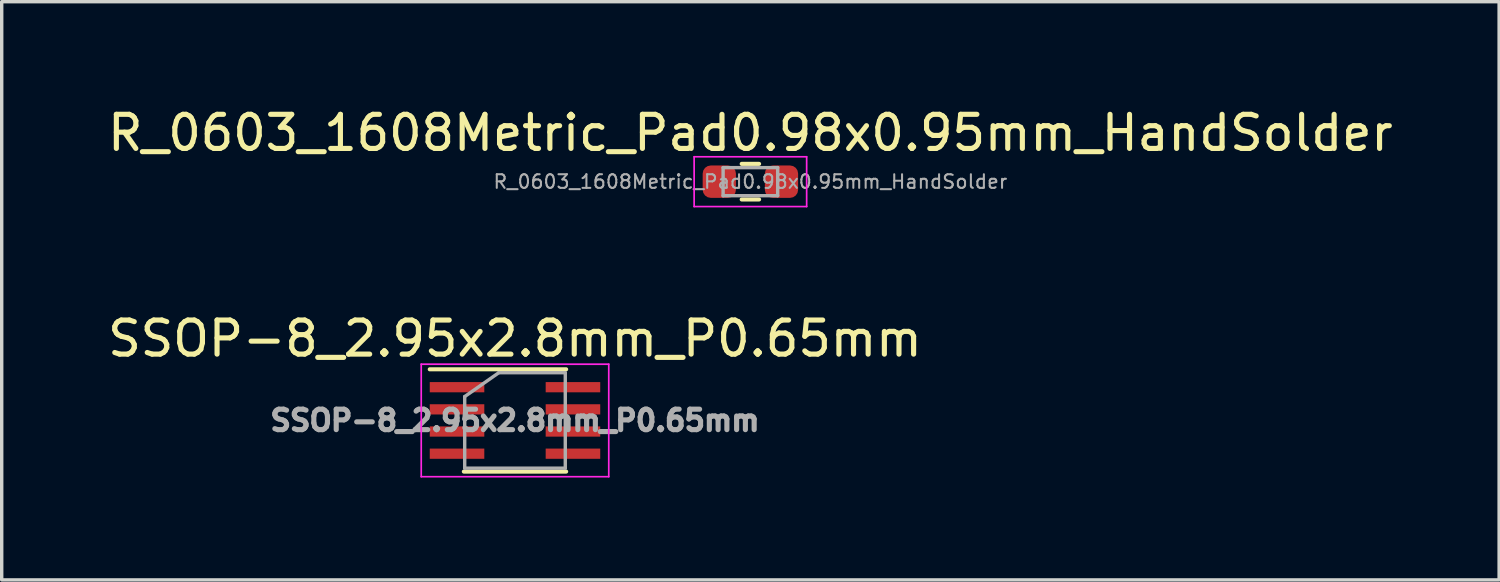
<source format=kicad_pcb>
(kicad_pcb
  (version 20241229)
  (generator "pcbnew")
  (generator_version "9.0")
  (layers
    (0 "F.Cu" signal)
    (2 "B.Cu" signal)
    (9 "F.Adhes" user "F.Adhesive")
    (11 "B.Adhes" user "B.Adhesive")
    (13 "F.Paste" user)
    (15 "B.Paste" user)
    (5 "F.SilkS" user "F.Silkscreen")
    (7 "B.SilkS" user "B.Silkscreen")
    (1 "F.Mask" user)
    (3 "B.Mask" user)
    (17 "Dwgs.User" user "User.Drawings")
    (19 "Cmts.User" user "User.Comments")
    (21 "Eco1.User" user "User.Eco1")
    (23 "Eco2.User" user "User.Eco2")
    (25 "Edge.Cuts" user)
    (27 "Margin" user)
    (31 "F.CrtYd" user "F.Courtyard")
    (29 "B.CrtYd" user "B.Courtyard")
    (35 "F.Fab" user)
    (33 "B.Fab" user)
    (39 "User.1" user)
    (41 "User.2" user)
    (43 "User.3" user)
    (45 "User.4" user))
  (footprint "R_0603_1608Metric_Pad0.98x0.95mm_HandSolder"
    (layer "F.Cu")
    (at 18.958 2.278)
    (property "Reference" "R_0603_1608Metric_Pad0.98x0.95mm_HandSolder" (at 0 -1.43 180) (layer "F.SilkS") (effects (font (size 1 1) (thickness 0.15))))
    (attr smd)
    (fp_line (start -0.255 -0.522) (end 0.255 -0.522) (stroke (width 0.12) (type solid)) (layer "F.SilkS"))
    (fp_line (start -0.255 0.522) (end 0.255 0.522) (stroke (width 0.12) (type solid)) (layer "F.SilkS"))
    (fp_line (start -1.65 -0.73) (end 1.65 -0.73) (stroke (width 0.05) (type solid)) (layer "F.CrtYd"))
    (fp_line (start -1.65 0.73) (end -1.65 -0.73) (stroke (width 0.05) (type solid)) (layer "F.CrtYd"))
    (fp_line (start 1.65 -0.73) (end 1.65 0.73) (stroke (width 0.05) (type solid)) (layer "F.CrtYd"))
    (fp_line (start 1.65 0.73) (end -1.65 0.73) (stroke (width 0.05) (type solid)) (layer "F.CrtYd"))
    (fp_line (start -0.8 -0.412) (end 0.8 -0.412) (stroke (width 0.1) (type solid)) (layer "F.Fab"))
    (fp_line (start -0.8 0.412) (end -0.8 -0.412) (stroke (width 0.1) (type solid)) (layer "F.Fab"))
    (fp_line (start 0.8 -0.412) (end 0.8 0.412) (stroke (width 0.1) (type solid)) (layer "F.Fab"))
    (fp_line (start 0.8 0.412) (end -0.8 0.412) (stroke (width 0.1) (type solid)) (layer "F.Fab"))
    (fp_text user "${REFERENCE}" (at 0 0 180) (layer "F.Fab") (effects (font (size 0.4 0.4) (thickness 0.06))))
    (pad "1" smd roundrect (at -0.912 0) (size 0.975 0.95) (layers "F.Cu" "F.Mask" "F.Paste") (roundrect_rratio 0.25))
    (pad "2" smd roundrect (at 0.912 0) (size 0.975 0.95) (layers "F.Cu" "F.Mask" "F.Paste") (roundrect_rratio 0.25)))
  (footprint "SSOP-8_2.95x2.8mm_P0.65mm"
    (layer "F.Cu")
    (at 12.054 9.281)
    (property "Reference" "SSOP-8_2.95x2.8mm_P0.65mm" (at 0 -2.4 180) (layer "F.SilkS") (effects (font (size 1 1) (thickness 0.15))))
    (attr smd)
    (fp_line (start 1.5 -1.5) (end -2.5 -1.5) (stroke (width 0.12) (type solid)) (layer "F.SilkS"))
    (fp_line (start 1.5 1.5) (end -1.5 1.5) (stroke (width 0.12) (type solid)) (layer "F.SilkS"))
    (fp_line (start -2.75 -1.65) (end 2.75 -1.65) (stroke (width 0.05) (type solid)) (layer "F.CrtYd"))
    (fp_line (start -2.75 1.65) (end -2.75 -1.65) (stroke (width 0.05) (type solid)) (layer "F.CrtYd"))
    (fp_line (start 2.75 -1.65) (end 2.75 1.65) (stroke (width 0.05) (type solid)) (layer "F.CrtYd"))
    (fp_line (start 2.75 1.65) (end -2.75 1.65) (stroke (width 0.05) (type solid)) (layer "F.CrtYd"))
    (fp_line (start -1.475 1.4) (end -1.475 -0.7) (stroke (width 0.1) (type solid)) (layer "F.Fab"))
    (fp_line (start -0.475 -1.4) (end -1.475 -0.7) (stroke (width 0.1) (type solid)) (layer "F.Fab"))
    (fp_line (start -0.475 -1.4) (end 1.475 -1.4) (stroke (width 0.1) (type solid)) (layer "F.Fab"))
    (fp_line (start 1.475 -1.4) (end 1.475 1.4) (stroke (width 0.1) (type solid)) (layer "F.Fab"))
    (fp_line (start 1.475 1.4) (end -1.475 1.4) (stroke (width 0.1) (type solid)) (layer "F.Fab"))
    (fp_text user "${REFERENCE}" (at 0 0 180) (layer "F.Fab") (effects (font (size 0.6 0.6) (thickness 0.15))))
    (pad "1" smd rect (at -1.7 -0.975 270) (size 0.3 1.6) (layers "F.Cu" "F.Mask" "F.Paste"))
    (pad "2" smd rect (at -1.7 -0.325 270) (size 0.3 1.6) (layers "F.Cu" "F.Mask" "F.Paste"))
    (pad "3" smd rect (at -1.7 0.325 270) (size 0.3 1.6) (layers "F.Cu" "F.Mask" "F.Paste"))
    (pad "4" smd rect (at -1.7 0.975 270) (size 0.3 1.6) (layers "F.Cu" "F.Mask" "F.Paste"))
    (pad "5" smd rect (at 1.7 0.975 270) (size 0.3 1.6) (layers "F.Cu" "F.Mask" "F.Paste"))
    (pad "6" smd rect (at 1.7 0.325 270) (size 0.3 1.6) (layers "F.Cu" "F.Mask" "F.Paste"))
    (pad "7" smd rect (at 1.7 -0.325 270) (size 0.3 1.6) (layers "F.Cu" "F.Mask" "F.Paste"))
    (pad "8" smd rect (at 1.7 -0.975 270) (size 0.3 1.6) (layers "F.Cu" "F.Mask" "F.Paste")))
  (gr_rect
    (start -3 -3)
    (end 40.917 13.957)
    (stroke (width 0.1) (type default))
    (fill no)
    (layer "Edge.Cuts")))
</source>
